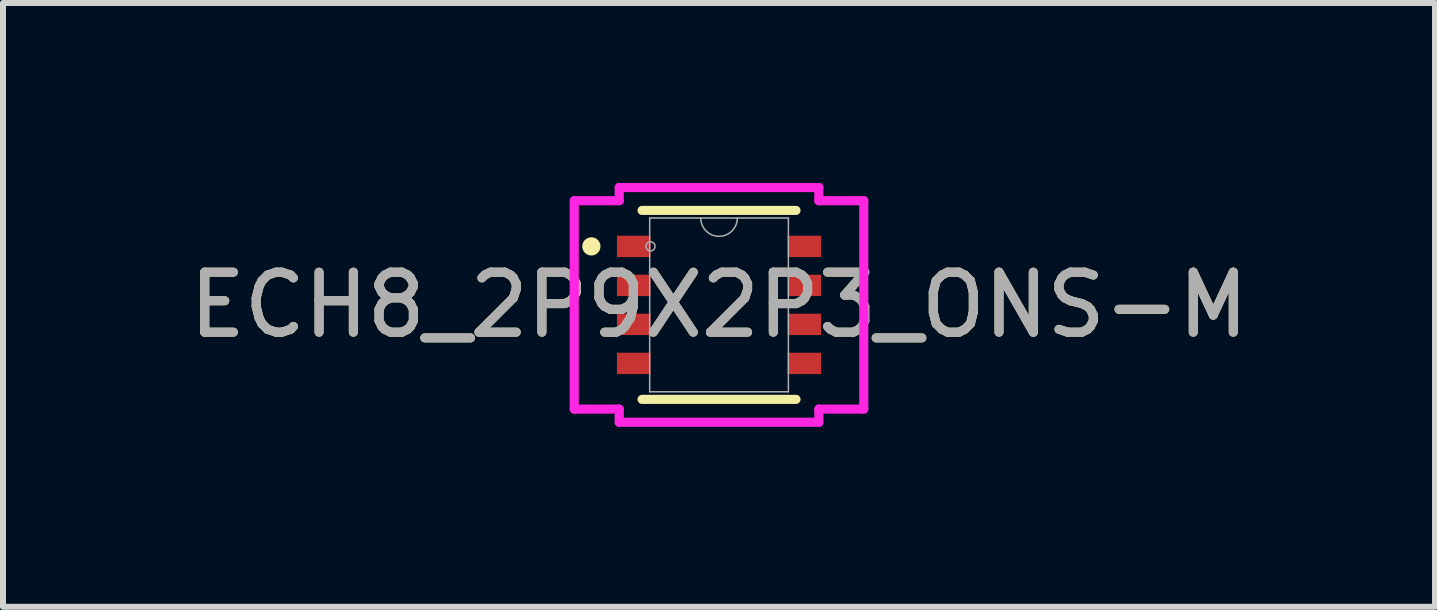
<source format=kicad_pcb>
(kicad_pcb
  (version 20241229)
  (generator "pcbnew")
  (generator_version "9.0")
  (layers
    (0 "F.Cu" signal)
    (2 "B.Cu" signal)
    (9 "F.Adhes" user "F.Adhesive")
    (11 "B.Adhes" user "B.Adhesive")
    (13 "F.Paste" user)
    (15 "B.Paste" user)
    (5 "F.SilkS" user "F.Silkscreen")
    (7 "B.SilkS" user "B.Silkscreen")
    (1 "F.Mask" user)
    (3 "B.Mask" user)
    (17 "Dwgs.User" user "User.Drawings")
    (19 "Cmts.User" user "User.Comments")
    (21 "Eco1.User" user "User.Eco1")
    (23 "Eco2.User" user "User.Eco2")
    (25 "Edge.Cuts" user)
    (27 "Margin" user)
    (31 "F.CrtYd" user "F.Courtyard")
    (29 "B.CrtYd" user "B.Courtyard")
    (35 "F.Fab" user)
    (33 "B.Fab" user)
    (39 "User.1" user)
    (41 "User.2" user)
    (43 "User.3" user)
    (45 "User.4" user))
  (footprint "ECH8_2P9X2P3_ONS-M"
    (layer "F.Cu")
    (at 8.935 2.032)
    (property "Reference" "ECH8_2P9X2P3_ONS-M" (at 0 0 0) (unlocked yes) (layer "F.SilkS") (effects (font (size 1 1) (thickness 0.15))))
    (attr smd)
    (fp_line (start -1.283 1.575) (end 1.283 1.575) (stroke (width 0.152) (type solid)) (layer "F.SilkS"))
    (fp_line (start 1.283 -1.575) (end -1.283 -1.575) (stroke (width 0.152) (type solid)) (layer "F.SilkS"))
    (fp_circle (center -2.128 -0.975) (end -2.052 -0.975) (stroke (width 0.152) (type solid)) (fill no) (layer "F.SilkS"))
    (fp_line (start -2.413 -1.737) (end -1.664 -1.737) (stroke (width 0.152) (type solid)) (layer "F.CrtYd"))
    (fp_line (start -2.413 1.737) (end -2.413 -1.737) (stroke (width 0.152) (type solid)) (layer "F.CrtYd"))
    (fp_line (start -1.664 -1.956) (end 1.664 -1.956) (stroke (width 0.152) (type solid)) (layer "F.CrtYd"))
    (fp_line (start -1.664 -1.737) (end -1.664 -1.956) (stroke (width 0.152) (type solid)) (layer "F.CrtYd"))
    (fp_line (start -1.664 1.737) (end -2.413 1.737) (stroke (width 0.152) (type solid)) (layer "F.CrtYd"))
    (fp_line (start -1.664 1.956) (end -1.664 1.737) (stroke (width 0.152) (type solid)) (layer "F.CrtYd"))
    (fp_line (start 1.664 -1.956) (end 1.664 -1.737) (stroke (width 0.152) (type solid)) (layer "F.CrtYd"))
    (fp_line (start 1.664 -1.737) (end 2.413 -1.737) (stroke (width 0.152) (type solid)) (layer "F.CrtYd"))
    (fp_line (start 1.664 1.737) (end 1.664 1.956) (stroke (width 0.152) (type solid)) (layer "F.CrtYd"))
    (fp_line (start 1.664 1.956) (end -1.664 1.956) (stroke (width 0.152) (type solid)) (layer "F.CrtYd"))
    (fp_line (start 2.413 -1.737) (end 2.413 1.737) (stroke (width 0.152) (type solid)) (layer "F.CrtYd"))
    (fp_line (start 2.413 1.737) (end 1.664 1.737) (stroke (width 0.152) (type solid)) (layer "F.CrtYd"))
    (fp_line (start -1.156 -1.448) (end -1.156 1.448) (stroke (width 0.025) (type solid)) (layer "F.Fab"))
    (fp_line (start -1.156 1.448) (end 1.156 1.448) (stroke (width 0.025) (type solid)) (layer "F.Fab"))
    (fp_line (start 1.156 -1.448) (end -1.156 -1.448) (stroke (width 0.025) (type solid)) (layer "F.Fab"))
    (fp_line (start 1.156 1.448) (end 1.156 -1.448) (stroke (width 0.025) (type solid)) (layer "F.Fab"))
    (fp_arc (start 0.3048 -1.4478) (mid 0 -1.143) (end -0.3048 -1.4478) (stroke (width 0.0254) (type solid)) (layer "F.Fab"))
    (fp_circle (center -1.143 -0.975) (end -1.067 -0.975) (stroke (width 0.025) (type solid)) (fill no) (layer "F.Fab"))
    (fp_text user "${REFERENCE}" (at 0 0 0) (unlocked yes) (layer "F.Fab") (effects (font (size 1 1) (thickness 0.15))))
    (pad "1" smd rect (at -1.422 -0.975) (size 0.559 0.356) (layers "F.Cu" "F.Mask" "F.Paste"))
    (pad "2" smd rect (at -1.422 -0.325) (size 0.559 0.356) (layers "F.Cu" "F.Mask" "F.Paste"))
    (pad "3" smd rect (at -1.422 0.325) (size 0.559 0.356) (layers "F.Cu" "F.Mask" "F.Paste"))
    (pad "4" smd rect (at -1.422 0.975) (size 0.559 0.356) (layers "F.Cu" "F.Mask" "F.Paste"))
    (pad "5" smd rect (at 1.422 0.975) (size 0.559 0.356) (layers "F.Cu" "F.Mask" "F.Paste"))
    (pad "6" smd rect (at 1.422 0.325) (size 0.559 0.356) (layers "F.Cu" "F.Mask" "F.Paste"))
    (pad "7" smd rect (at 1.422 -0.325) (size 0.559 0.356) (layers "F.Cu" "F.Mask" "F.Paste"))
    (pad "8" smd rect (at 1.422 -0.975) (size 0.559 0.356) (layers "F.Cu" "F.Mask" "F.Paste")))
  (gr_rect
    (start -3 -3)
    (end 20.869 7.064)
    (stroke (width 0.1) (type default))
    (fill no)
    (layer "Edge.Cuts")))
</source>
